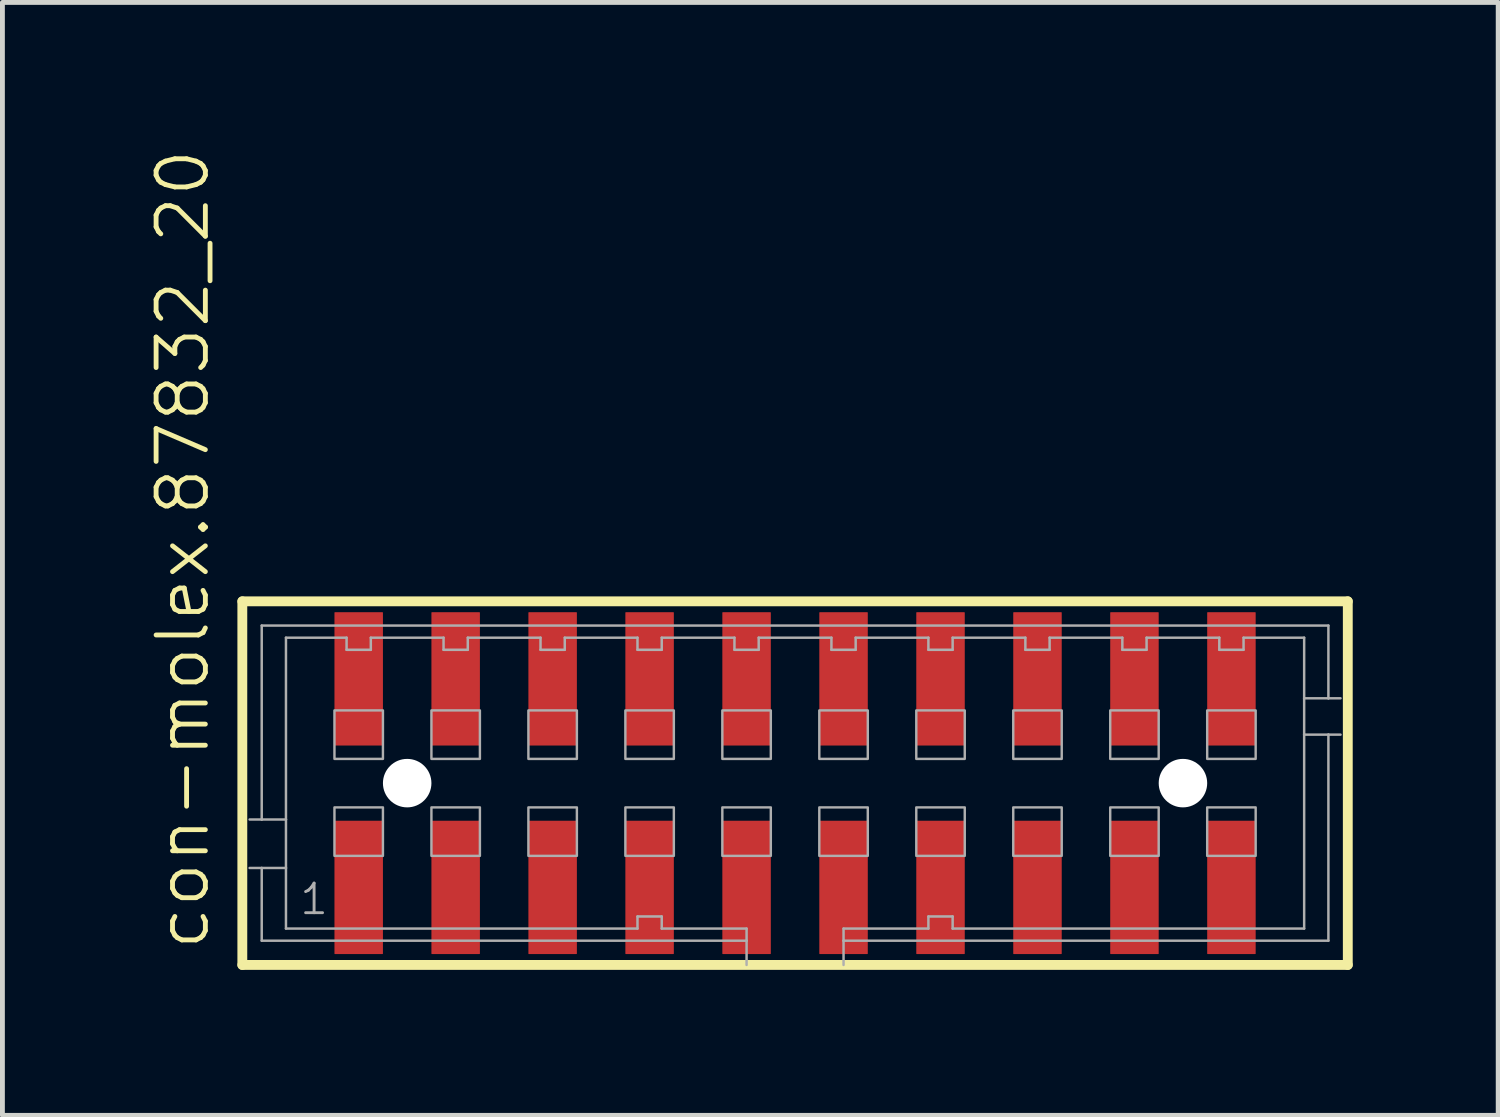
<source format=kicad_pcb>
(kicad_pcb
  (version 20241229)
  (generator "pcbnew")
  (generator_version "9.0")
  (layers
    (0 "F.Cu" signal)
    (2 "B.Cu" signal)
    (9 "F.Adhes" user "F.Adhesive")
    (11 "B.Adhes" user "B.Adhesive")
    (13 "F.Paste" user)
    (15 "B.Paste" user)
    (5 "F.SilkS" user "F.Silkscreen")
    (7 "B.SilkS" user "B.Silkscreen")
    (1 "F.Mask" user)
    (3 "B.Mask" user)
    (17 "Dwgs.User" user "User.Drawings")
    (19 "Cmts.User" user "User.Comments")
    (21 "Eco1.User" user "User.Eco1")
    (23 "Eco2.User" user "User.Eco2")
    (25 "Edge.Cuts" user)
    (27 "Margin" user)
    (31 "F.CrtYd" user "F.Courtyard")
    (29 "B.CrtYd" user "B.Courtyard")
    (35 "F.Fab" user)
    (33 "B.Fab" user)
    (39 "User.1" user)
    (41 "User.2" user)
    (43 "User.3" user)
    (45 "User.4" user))
  (footprint "con-molex.87832_20"
    (layer "F.Cu")
    (at 13.348 13.102)
    (property "Reference" "con-molex.87832_20" (at -12.033 3.493 90) (layer "F.SilkS") (effects (font (size 1.016 1.016) (thickness 0.1)) (justify left bottom)))
    (attr smd)
    (fp_line (start -11.4 -3.75) (end 11.4 -3.75) (stroke (width 0.203) (type default)) (layer "F.SilkS"))
    (fp_line (start -11.4 3.75) (end -11.4 -3.75) (stroke (width 0.203) (type default)) (layer "F.SilkS"))
    (fp_line (start 11.4 -3.75) (end 11.4 3.75) (stroke (width 0.203) (type default)) (layer "F.SilkS"))
    (fp_line (start 11.4 3.75) (end -11.4 3.75) (stroke (width 0.203) (type default)) (layer "F.SilkS"))
    (fp_line (start -11 -3.25) (end 11 -3.25) (stroke (width 0.051) (type default)) (layer "F.Fab"))
    (fp_line (start -11 0.75) (end -11.25 0.75) (stroke (width 0.051) (type default)) (layer "F.Fab"))
    (fp_line (start -11 0.75) (end -11 -3.25) (stroke (width 0.051) (type default)) (layer "F.Fab"))
    (fp_line (start -11 1.75) (end -11.25 1.75) (stroke (width 0.051) (type default)) (layer "F.Fab"))
    (fp_line (start -11 3.25) (end -11 1.75) (stroke (width 0.051) (type default)) (layer "F.Fab"))
    (fp_line (start -10.5 -3) (end -10.5 0.75) (stroke (width 0.051) (type default)) (layer "F.Fab"))
    (fp_line (start -10.5 0.75) (end -11 0.75) (stroke (width 0.051) (type default)) (layer "F.Fab"))
    (fp_line (start -10.5 0.75) (end -10.5 1.75) (stroke (width 0.051) (type default)) (layer "F.Fab"))
    (fp_line (start -10.5 1.75) (end -11 1.75) (stroke (width 0.051) (type default)) (layer "F.Fab"))
    (fp_line (start -10.5 1.75) (end -10.5 3) (stroke (width 0.051) (type default)) (layer "F.Fab"))
    (fp_line (start -10.5 3) (end -3.25 3) (stroke (width 0.051) (type default)) (layer "F.Fab"))
    (fp_line (start -9.25 -3) (end -10.5 -3) (stroke (width 0.051) (type default)) (layer "F.Fab"))
    (fp_line (start -9.25 -2.75) (end -9.25 -3) (stroke (width 0.051) (type default)) (layer "F.Fab"))
    (fp_line (start -8.75 -3) (end -8.75 -2.75) (stroke (width 0.051) (type default)) (layer "F.Fab"))
    (fp_line (start -8.75 -2.75) (end -9.25 -2.75) (stroke (width 0.051) (type default)) (layer "F.Fab"))
    (fp_line (start -7.25 -3) (end -8.75 -3) (stroke (width 0.051) (type default)) (layer "F.Fab"))
    (fp_line (start -7.25 -2.75) (end -7.25 -3) (stroke (width 0.051) (type default)) (layer "F.Fab"))
    (fp_line (start -6.75 -3) (end -6.75 -2.75) (stroke (width 0.051) (type default)) (layer "F.Fab"))
    (fp_line (start -6.75 -2.75) (end -7.25 -2.75) (stroke (width 0.051) (type default)) (layer "F.Fab"))
    (fp_line (start -5.25 -3) (end -6.75 -3) (stroke (width 0.051) (type default)) (layer "F.Fab"))
    (fp_line (start -5.25 -2.75) (end -5.25 -3) (stroke (width 0.051) (type default)) (layer "F.Fab"))
    (fp_line (start -4.75 -3) (end -4.75 -2.75) (stroke (width 0.051) (type default)) (layer "F.Fab"))
    (fp_line (start -4.75 -2.75) (end -5.25 -2.75) (stroke (width 0.051) (type default)) (layer "F.Fab"))
    (fp_line (start -3.25 -3) (end -4.75 -3) (stroke (width 0.051) (type default)) (layer "F.Fab"))
    (fp_line (start -3.25 -2.75) (end -3.25 -3) (stroke (width 0.051) (type default)) (layer "F.Fab"))
    (fp_line (start -3.25 2.75) (end -2.75 2.75) (stroke (width 0.051) (type default)) (layer "F.Fab"))
    (fp_line (start -3.25 3) (end -3.25 2.75) (stroke (width 0.051) (type default)) (layer "F.Fab"))
    (fp_line (start -2.75 -3) (end -2.75 -2.75) (stroke (width 0.051) (type default)) (layer "F.Fab"))
    (fp_line (start -2.75 -2.75) (end -3.25 -2.75) (stroke (width 0.051) (type default)) (layer "F.Fab"))
    (fp_line (start -2.75 2.75) (end -2.75 3) (stroke (width 0.051) (type default)) (layer "F.Fab"))
    (fp_line (start -2.75 3) (end -1 3) (stroke (width 0.051) (type default)) (layer "F.Fab"))
    (fp_line (start -1.25 -3) (end -2.75 -3) (stroke (width 0.051) (type default)) (layer "F.Fab"))
    (fp_line (start -1.25 -2.75) (end -1.25 -3) (stroke (width 0.051) (type default)) (layer "F.Fab"))
    (fp_line (start -1 3) (end -1 3.25) (stroke (width 0.051) (type default)) (layer "F.Fab"))
    (fp_line (start -1 3.25) (end -11 3.25) (stroke (width 0.051) (type default)) (layer "F.Fab"))
    (fp_line (start -1 3.25) (end -1 3.75) (stroke (width 0.051) (type default)) (layer "F.Fab"))
    (fp_line (start -0.75 -3) (end -0.75 -2.75) (stroke (width 0.051) (type default)) (layer "F.Fab"))
    (fp_line (start -0.75 -2.75) (end -1.25 -2.75) (stroke (width 0.051) (type default)) (layer "F.Fab"))
    (fp_line (start 0.75 -3) (end -0.75 -3) (stroke (width 0.051) (type default)) (layer "F.Fab"))
    (fp_line (start 0.75 -2.75) (end 0.75 -3) (stroke (width 0.051) (type default)) (layer "F.Fab"))
    (fp_line (start 1 3) (end 2.75 3) (stroke (width 0.051) (type default)) (layer "F.Fab"))
    (fp_line (start 1 3.25) (end 1 3) (stroke (width 0.051) (type default)) (layer "F.Fab"))
    (fp_line (start 1 3.75) (end 1 3.25) (stroke (width 0.051) (type default)) (layer "F.Fab"))
    (fp_line (start 1.25 -3) (end 1.25 -2.75) (stroke (width 0.051) (type default)) (layer "F.Fab"))
    (fp_line (start 1.25 -2.75) (end 0.75 -2.75) (stroke (width 0.051) (type default)) (layer "F.Fab"))
    (fp_line (start 2.75 -3) (end 1.25 -3) (stroke (width 0.051) (type default)) (layer "F.Fab"))
    (fp_line (start 2.75 -2.75) (end 2.75 -3) (stroke (width 0.051) (type default)) (layer "F.Fab"))
    (fp_line (start 2.75 2.75) (end 3.25 2.75) (stroke (width 0.051) (type default)) (layer "F.Fab"))
    (fp_line (start 2.75 3) (end 2.75 2.75) (stroke (width 0.051) (type default)) (layer "F.Fab"))
    (fp_line (start 3.25 -3) (end 3.25 -2.75) (stroke (width 0.051) (type default)) (layer "F.Fab"))
    (fp_line (start 3.25 -2.75) (end 2.75 -2.75) (stroke (width 0.051) (type default)) (layer "F.Fab"))
    (fp_line (start 3.25 2.75) (end 3.25 3) (stroke (width 0.051) (type default)) (layer "F.Fab"))
    (fp_line (start 3.25 3) (end 10.5 3) (stroke (width 0.051) (type default)) (layer "F.Fab"))
    (fp_line (start 4.75 -3) (end 3.25 -3) (stroke (width 0.051) (type default)) (layer "F.Fab"))
    (fp_line (start 4.75 -2.75) (end 4.75 -3) (stroke (width 0.051) (type default)) (layer "F.Fab"))
    (fp_line (start 5.25 -3) (end 5.25 -2.75) (stroke (width 0.051) (type default)) (layer "F.Fab"))
    (fp_line (start 5.25 -2.75) (end 4.75 -2.75) (stroke (width 0.051) (type default)) (layer "F.Fab"))
    (fp_line (start 6.75 -3) (end 5.25 -3) (stroke (width 0.051) (type default)) (layer "F.Fab"))
    (fp_line (start 6.75 -2.75) (end 6.75 -3) (stroke (width 0.051) (type default)) (layer "F.Fab"))
    (fp_line (start 7.25 -3) (end 7.25 -2.75) (stroke (width 0.051) (type default)) (layer "F.Fab"))
    (fp_line (start 7.25 -2.75) (end 6.75 -2.75) (stroke (width 0.051) (type default)) (layer "F.Fab"))
    (fp_line (start 8.75 -3) (end 7.25 -3) (stroke (width 0.051) (type default)) (layer "F.Fab"))
    (fp_line (start 8.75 -2.75) (end 8.75 -3) (stroke (width 0.051) (type default)) (layer "F.Fab"))
    (fp_line (start 9.25 -3) (end 9.25 -2.75) (stroke (width 0.051) (type default)) (layer "F.Fab"))
    (fp_line (start 9.25 -2.75) (end 8.75 -2.75) (stroke (width 0.051) (type default)) (layer "F.Fab"))
    (fp_line (start 10.5 -3) (end 9.25 -3) (stroke (width 0.051) (type default)) (layer "F.Fab"))
    (fp_line (start 10.5 -1.75) (end 10.5 -3) (stroke (width 0.051) (type default)) (layer "F.Fab"))
    (fp_line (start 10.5 -1.75) (end 11 -1.75) (stroke (width 0.051) (type default)) (layer "F.Fab"))
    (fp_line (start 10.5 -1) (end 10.5 -1.75) (stroke (width 0.051) (type default)) (layer "F.Fab"))
    (fp_line (start 10.5 -1) (end 11 -1) (stroke (width 0.051) (type default)) (layer "F.Fab"))
    (fp_line (start 10.5 3) (end 10.5 -1) (stroke (width 0.051) (type default)) (layer "F.Fab"))
    (fp_line (start 11 -3.25) (end 11 -1.75) (stroke (width 0.051) (type default)) (layer "F.Fab"))
    (fp_line (start 11 -1.75) (end 11.25 -1.75) (stroke (width 0.051) (type default)) (layer "F.Fab"))
    (fp_line (start 11 -1) (end 11 3.25) (stroke (width 0.051) (type default)) (layer "F.Fab"))
    (fp_line (start 11 -1) (end 11.25 -1) (stroke (width 0.051) (type default)) (layer "F.Fab"))
    (fp_line (start 11 3.25) (end 1 3.25) (stroke (width 0.051) (type default)) (layer "F.Fab"))
    (fp_rect (start -9.5 -0.5) (end -8.5 -1.5) (stroke (width 0.05) (type default)) (fill no) (layer "F.Fab"))
    (fp_rect (start -9.5 1.5) (end -8.5 0.5) (stroke (width 0.05) (type default)) (fill no) (layer "F.Fab"))
    (fp_rect (start -7.5 -0.5) (end -6.5 -1.5) (stroke (width 0.05) (type default)) (fill no) (layer "F.Fab"))
    (fp_rect (start -7.5 1.5) (end -6.5 0.5) (stroke (width 0.05) (type default)) (fill no) (layer "F.Fab"))
    (fp_rect (start -5.5 -0.5) (end -4.5 -1.5) (stroke (width 0.05) (type default)) (fill no) (layer "F.Fab"))
    (fp_rect (start -5.5 1.5) (end -4.5 0.5) (stroke (width 0.05) (type default)) (fill no) (layer "F.Fab"))
    (fp_rect (start -3.5 -0.5) (end -2.5 -1.5) (stroke (width 0.05) (type default)) (fill no) (layer "F.Fab"))
    (fp_rect (start -3.5 1.5) (end -2.5 0.5) (stroke (width 0.05) (type default)) (fill no) (layer "F.Fab"))
    (fp_rect (start -1.5 -0.5) (end -0.5 -1.5) (stroke (width 0.05) (type default)) (fill no) (layer "F.Fab"))
    (fp_rect (start -1.5 1.5) (end -0.5 0.5) (stroke (width 0.05) (type default)) (fill no) (layer "F.Fab"))
    (fp_rect (start 0.5 -0.5) (end 1.5 -1.5) (stroke (width 0.05) (type default)) (fill no) (layer "F.Fab"))
    (fp_rect (start 0.5 1.5) (end 1.5 0.5) (stroke (width 0.05) (type default)) (fill no) (layer "F.Fab"))
    (fp_rect (start 2.5 -0.5) (end 3.5 -1.5) (stroke (width 0.05) (type default)) (fill no) (layer "F.Fab"))
    (fp_rect (start 2.5 1.5) (end 3.5 0.5) (stroke (width 0.05) (type default)) (fill no) (layer "F.Fab"))
    (fp_rect (start 4.5 -0.5) (end 5.5 -1.5) (stroke (width 0.05) (type default)) (fill no) (layer "F.Fab"))
    (fp_rect (start 4.5 1.5) (end 5.5 0.5) (stroke (width 0.05) (type default)) (fill no) (layer "F.Fab"))
    (fp_rect (start 6.5 -0.5) (end 7.5 -1.5) (stroke (width 0.05) (type default)) (fill no) (layer "F.Fab"))
    (fp_rect (start 6.5 1.5) (end 7.5 0.5) (stroke (width 0.05) (type default)) (fill no) (layer "F.Fab"))
    (fp_rect (start 8.5 -0.5) (end 9.5 -1.5) (stroke (width 0.05) (type default)) (fill no) (layer "F.Fab"))
    (fp_rect (start 8.5 1.5) (end 9.5 0.5) (stroke (width 0.05) (type default)) (fill no) (layer "F.Fab"))
    (fp_text user "1" (at -10.25 2.75 0) (layer "F.Fab") (effects (font (size 0.61 0.61) (thickness 0.06)) (justify left bottom)))
    (pad "" np_thru_hole circle (at -8 0) (size 1 1) (drill 1) (layers "*.Cu" "*.Mask"))
    (pad "" np_thru_hole circle (at 8 0) (size 1 1) (drill 1) (layers "*.Cu" "*.Mask"))
    (pad "1" smd roundrect (at -9 2.15) (size 1 2.75) (layers "F.Cu" "F.Mask" "F.Paste") (roundrect_rratio 0.01))
    (pad "2" smd roundrect (at -9 -2.15) (size 1 2.75) (layers "F.Cu" "F.Mask" "F.Paste") (roundrect_rratio 0.01))
    (pad "3" smd roundrect (at -7 2.15) (size 1 2.75) (layers "F.Cu" "F.Mask" "F.Paste") (roundrect_rratio 0.01))
    (pad "4" smd roundrect (at -7 -2.15) (size 1 2.75) (layers "F.Cu" "F.Mask" "F.Paste") (roundrect_rratio 0.01))
    (pad "5" smd roundrect (at -5 2.15) (size 1 2.75) (layers "F.Cu" "F.Mask" "F.Paste") (roundrect_rratio 0.01))
    (pad "6" smd roundrect (at -5 -2.15) (size 1 2.75) (layers "F.Cu" "F.Mask" "F.Paste") (roundrect_rratio 0.01))
    (pad "7" smd roundrect (at -3 2.15) (size 1 2.75) (layers "F.Cu" "F.Mask" "F.Paste") (roundrect_rratio 0.01))
    (pad "8" smd roundrect (at -3 -2.15) (size 1 2.75) (layers "F.Cu" "F.Mask" "F.Paste") (roundrect_rratio 0.01))
    (pad "9" smd roundrect (at -1 2.15 180) (size 1 2.75) (layers "F.Cu" "F.Mask" "F.Paste") (roundrect_rratio 0.01))
    (pad "10" smd roundrect (at -1 -2.15 180) (size 1 2.75) (layers "F.Cu" "F.Mask" "F.Paste") (roundrect_rratio 0.01))
    (pad "11" smd roundrect (at 1 2.15) (size 1 2.75) (layers "F.Cu" "F.Mask" "F.Paste") (roundrect_rratio 0.01))
    (pad "12" smd roundrect (at 1 -2.15) (size 1 2.75) (layers "F.Cu" "F.Mask" "F.Paste") (roundrect_rratio 0.01))
    (pad "13" smd roundrect (at 3 2.15) (size 1 2.75) (layers "F.Cu" "F.Mask" "F.Paste") (roundrect_rratio 0.01))
    (pad "14" smd roundrect (at 3 -2.15) (size 1 2.75) (layers "F.Cu" "F.Mask" "F.Paste") (roundrect_rratio 0.01))
    (pad "15" smd roundrect (at 5 2.15 180) (size 1 2.75) (layers "F.Cu" "F.Mask" "F.Paste") (roundrect_rratio 0.01))
    (pad "16" smd roundrect (at 5 -2.15) (size 1 2.75) (layers "F.Cu" "F.Mask" "F.Paste") (roundrect_rratio 0.01))
    (pad "17" smd roundrect (at 7 2.15 180) (size 1 2.75) (layers "F.Cu" "F.Mask" "F.Paste") (roundrect_rratio 0.01))
    (pad "18" smd roundrect (at 7 -2.15) (size 1 2.75) (layers "F.Cu" "F.Mask" "F.Paste") (roundrect_rratio 0.01))
    (pad "19" smd roundrect (at 9 2.15 180) (size 1 2.75) (layers "F.Cu" "F.Mask" "F.Paste") (roundrect_rratio 0.01))
    (pad "20" smd roundrect (at 9 -2.15) (size 1 2.75) (layers "F.Cu" "F.Mask" "F.Paste") (roundrect_rratio 0.01)))
  (gr_rect
    (start -3 -3)
    (end 27.85 19.954)
    (stroke (width 0.1) (type default))
    (fill no)
    (layer "Edge.Cuts")))
</source>
